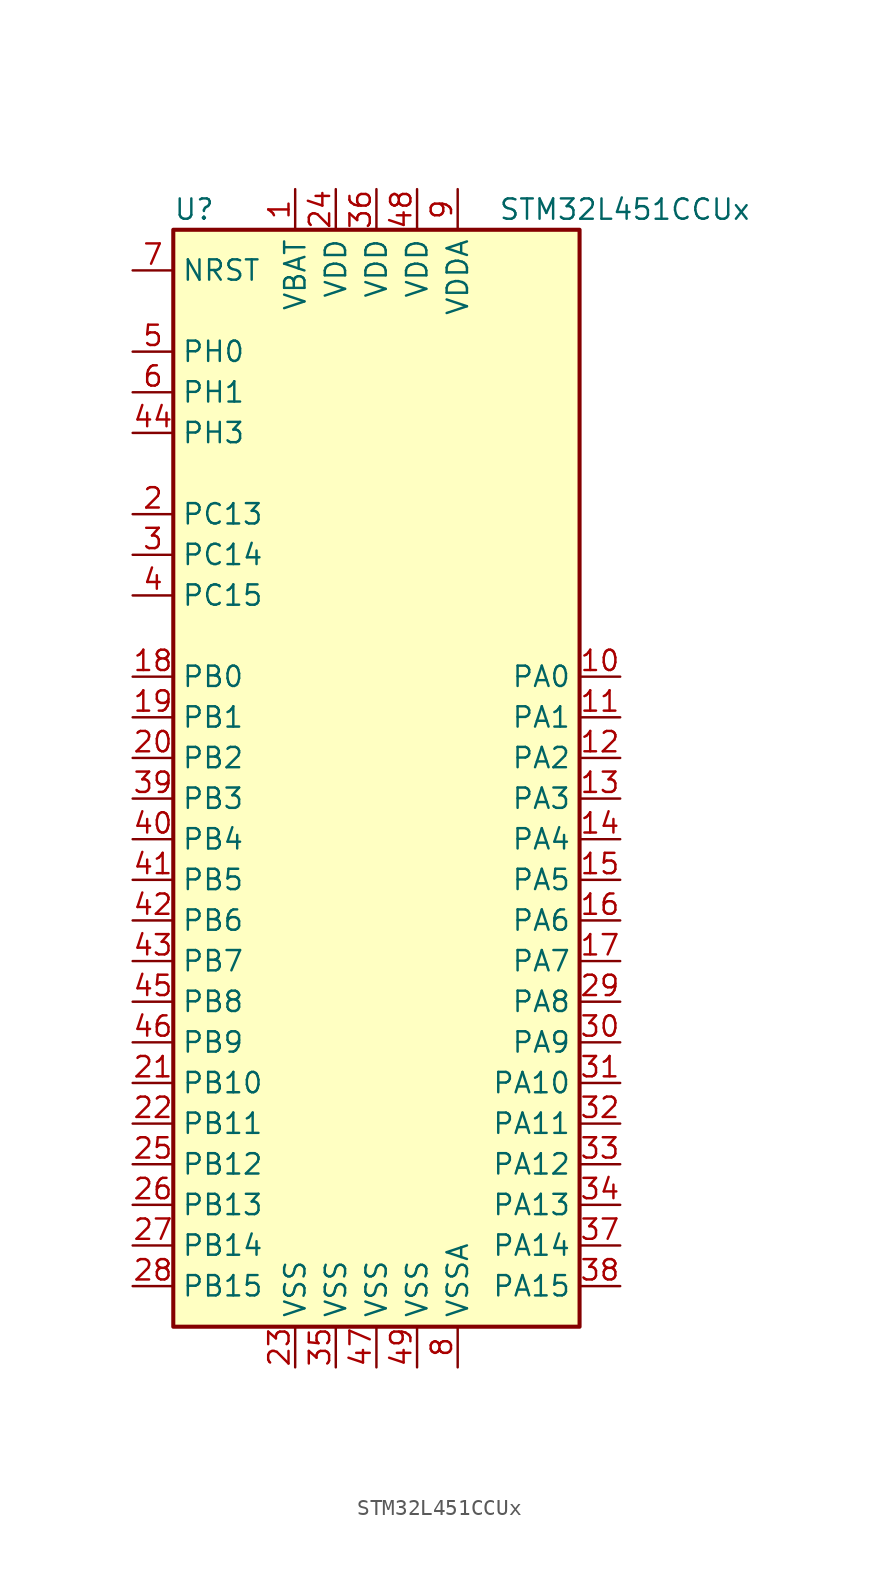
<source format=kicad_sym>
(kicad_symbol_lib
  (version 20220914)
  (generator kicad_symbol_editor)
  (symbol "STM32L451CCUx"
    (property "Reference" "U"
      (at -12.7 34.29 0)
      (effects (font (size 1.27 1.27)) (justify left)))
    (property "Value" "STM32L451CCUx"
      (at 7.62 34.29 0)
      (effects (font (size 1.27 1.27)) (justify left)))
    (symbol "STM32L451CCUx_0_1"
      (rectangle (start -12.7 -35.56) (end 12.7 33.02) (stroke (width 0.254) (type default)) (fill (type background))))
    (symbol "STM32L451CCUx_1_1"
      (pin power_in line (at -5.08 35.56 270) (length 2.54) (name "VBAT" (effects (font (size 1.27 1.27)))) (number "1" (effects (font (size 1.27 1.27)))))
      (pin bidirectional line (at 15.24 5.08 180) (length 2.54) (name "PA0" (effects (font (size 1.27 1.27)))) (number "10" (effects (font (size 1.27 1.27)))))
      (pin bidirectional line (at 15.24 2.54 180) (length 2.54) (name "PA1" (effects (font (size 1.27 1.27)))) (number "11" (effects (font (size 1.27 1.27)))))
      (pin bidirectional line (at 15.24 0 180) (length 2.54) (name "PA2" (effects (font (size 1.27 1.27)))) (number "12" (effects (font (size 1.27 1.27)))))
      (pin bidirectional line (at 15.24 -2.54 180) (length 2.54) (name "PA3" (effects (font (size 1.27 1.27)))) (number "13" (effects (font (size 1.27 1.27)))))
      (pin bidirectional line (at 15.24 -5.08 180) (length 2.54) (name "PA4" (effects (font (size 1.27 1.27)))) (number "14" (effects (font (size 1.27 1.27)))))
      (pin bidirectional line (at 15.24 -7.62 180) (length 2.54) (name "PA5" (effects (font (size 1.27 1.27)))) (number "15" (effects (font (size 1.27 1.27)))))
      (pin bidirectional line (at 15.24 -10.16 180) (length 2.54) (name "PA6" (effects (font (size 1.27 1.27)))) (number "16" (effects (font (size 1.27 1.27)))))
      (pin bidirectional line (at 15.24 -12.7 180) (length 2.54) (name "PA7" (effects (font (size 1.27 1.27)))) (number "17" (effects (font (size 1.27 1.27)))))
      (pin bidirectional line (at -15.24 5.08 0) (length 2.54) (name "PB0" (effects (font (size 1.27 1.27)))) (number "18" (effects (font (size 1.27 1.27)))))
      (pin bidirectional line (at -15.24 2.54 0) (length 2.54) (name "PB1" (effects (font (size 1.27 1.27)))) (number "19" (effects (font (size 1.27 1.27)))))
      (pin bidirectional line (at -15.24 15.24 0) (length 2.54) (name "PC13" (effects (font (size 1.27 1.27)))) (number "2" (effects (font (size 1.27 1.27)))))
      (pin bidirectional line (at -15.24 0 0) (length 2.54) (name "PB2" (effects (font (size 1.27 1.27)))) (number "20" (effects (font (size 1.27 1.27)))))
      (pin bidirectional line (at -15.24 -20.32 0) (length 2.54) (name "PB10" (effects (font (size 1.27 1.27)))) (number "21" (effects (font (size 1.27 1.27)))))
      (pin bidirectional line (at -15.24 -22.86 0) (length 2.54) (name "PB11" (effects (font (size 1.27 1.27)))) (number "22" (effects (font (size 1.27 1.27)))))
      (pin power_in line (at -5.08 -38.1 90) (length 2.54) (name "VSS" (effects (font (size 1.27 1.27)))) (number "23" (effects (font (size 1.27 1.27)))))
      (pin power_in line (at -2.54 35.56 270) (length 2.54) (name "VDD" (effects (font (size 1.27 1.27)))) (number "24" (effects (font (size 1.27 1.27)))))
      (pin bidirectional line (at -15.24 -25.4 0) (length 2.54) (name "PB12" (effects (font (size 1.27 1.27)))) (number "25" (effects (font (size 1.27 1.27)))))
      (pin bidirectional line (at -15.24 -27.94 0) (length 2.54) (name "PB13" (effects (font (size 1.27 1.27)))) (number "26" (effects (font (size 1.27 1.27)))))
      (pin bidirectional line (at -15.24 -30.48 0) (length 2.54) (name "PB14" (effects (font (size 1.27 1.27)))) (number "27" (effects (font (size 1.27 1.27)))))
      (pin bidirectional line (at -15.24 -33.02 0) (length 2.54) (name "PB15" (effects (font (size 1.27 1.27)))) (number "28" (effects (font (size 1.27 1.27)))))
      (pin bidirectional line (at 15.24 -15.24 180) (length 2.54) (name "PA8" (effects (font (size 1.27 1.27)))) (number "29" (effects (font (size 1.27 1.27)))))
      (pin bidirectional line (at -15.24 12.7 0) (length 2.54) (name "PC14" (effects (font (size 1.27 1.27)))) (number "3" (effects (font (size 1.27 1.27)))))
      (pin bidirectional line (at 15.24 -17.78 180) (length 2.54) (name "PA9" (effects (font (size 1.27 1.27)))) (number "30" (effects (font (size 1.27 1.27)))))
      (pin bidirectional line (at 15.24 -20.32 180) (length 2.54) (name "PA10" (effects (font (size 1.27 1.27)))) (number "31" (effects (font (size 1.27 1.27)))))
      (pin bidirectional line (at 15.24 -22.86 180) (length 2.54) (name "PA11" (effects (font (size 1.27 1.27)))) (number "32" (effects (font (size 1.27 1.27)))))
      (pin bidirectional line (at 15.24 -25.4 180) (length 2.54) (name "PA12" (effects (font (size 1.27 1.27)))) (number "33" (effects (font (size 1.27 1.27)))))
      (pin bidirectional line (at 15.24 -27.94 180) (length 2.54) (name "PA13" (effects (font (size 1.27 1.27)))) (number "34" (effects (font (size 1.27 1.27)))))
      (pin power_in line (at -2.54 -38.1 90) (length 2.54) (name "VSS" (effects (font (size 1.27 1.27)))) (number "35" (effects (font (size 1.27 1.27)))))
      (pin power_in line (at 0 35.56 270) (length 2.54) (name "VDD" (effects (font (size 1.27 1.27)))) (number "36" (effects (font (size 1.27 1.27)))))
      (pin bidirectional line (at 15.24 -30.48 180) (length 2.54) (name "PA14" (effects (font (size 1.27 1.27)))) (number "37" (effects (font (size 1.27 1.27)))))
      (pin bidirectional line (at 15.24 -33.02 180) (length 2.54) (name "PA15" (effects (font (size 1.27 1.27)))) (number "38" (effects (font (size 1.27 1.27)))))
      (pin bidirectional line (at -15.24 -2.54 0) (length 2.54) (name "PB3" (effects (font (size 1.27 1.27)))) (number "39" (effects (font (size 1.27 1.27)))))
      (pin bidirectional line (at -15.24 10.16 0) (length 2.54) (name "PC15" (effects (font (size 1.27 1.27)))) (number "4" (effects (font (size 1.27 1.27)))))
      (pin bidirectional line (at -15.24 -5.08 0) (length 2.54) (name "PB4" (effects (font (size 1.27 1.27)))) (number "40" (effects (font (size 1.27 1.27)))))
      (pin bidirectional line (at -15.24 -7.62 0) (length 2.54) (name "PB5" (effects (font (size 1.27 1.27)))) (number "41" (effects (font (size 1.27 1.27)))))
      (pin bidirectional line (at -15.24 -10.16 0) (length 2.54) (name "PB6" (effects (font (size 1.27 1.27)))) (number "42" (effects (font (size 1.27 1.27)))))
      (pin bidirectional line (at -15.24 -12.7 0) (length 2.54) (name "PB7" (effects (font (size 1.27 1.27)))) (number "43" (effects (font (size 1.27 1.27)))))
      (pin bidirectional line (at -15.24 20.32 0) (length 2.54) (name "PH3" (effects (font (size 1.27 1.27)))) (number "44" (effects (font (size 1.27 1.27)))))
      (pin bidirectional line (at -15.24 -15.24 0) (length 2.54) (name "PB8" (effects (font (size 1.27 1.27)))) (number "45" (effects (font (size 1.27 1.27)))))
      (pin bidirectional line (at -15.24 -17.78 0) (length 2.54) (name "PB9" (effects (font (size 1.27 1.27)))) (number "46" (effects (font (size 1.27 1.27)))))
      (pin power_in line (at 0 -38.1 90) (length 2.54) (name "VSS" (effects (font (size 1.27 1.27)))) (number "47" (effects (font (size 1.27 1.27)))))
      (pin power_in line (at 2.54 35.56 270) (length 2.54) (name "VDD" (effects (font (size 1.27 1.27)))) (number "48" (effects (font (size 1.27 1.27)))))
      (pin power_in line (at 2.54 -38.1 90) (length 2.54) (name "VSS" (effects (font (size 1.27 1.27)))) (number "49" (effects (font (size 1.27 1.27)))))
      (pin input line (at -15.24 25.4 0) (length 2.54) (name "PH0" (effects (font (size 1.27 1.27)))) (number "5" (effects (font (size 1.27 1.27)))))
      (pin input line (at -15.24 22.86 0) (length 2.54) (name "PH1" (effects (font (size 1.27 1.27)))) (number "6" (effects (font (size 1.27 1.27)))))
      (pin input line (at -15.24 30.48 0) (length 2.54) (name "NRST" (effects (font (size 1.27 1.27)))) (number "7" (effects (font (size 1.27 1.27)))))
      (pin power_in line (at 5.08 -38.1 90) (length 2.54) (name "VSSA" (effects (font (size 1.27 1.27)))) (number "8" (effects (font (size 1.27 1.27)))))
      (pin power_in line (at 5.08 35.56 270) (length 2.54) (name "VDDA" (effects (font (size 1.27 1.27)))) (number "9" (effects (font (size 1.27 1.27))))))))
</source>
